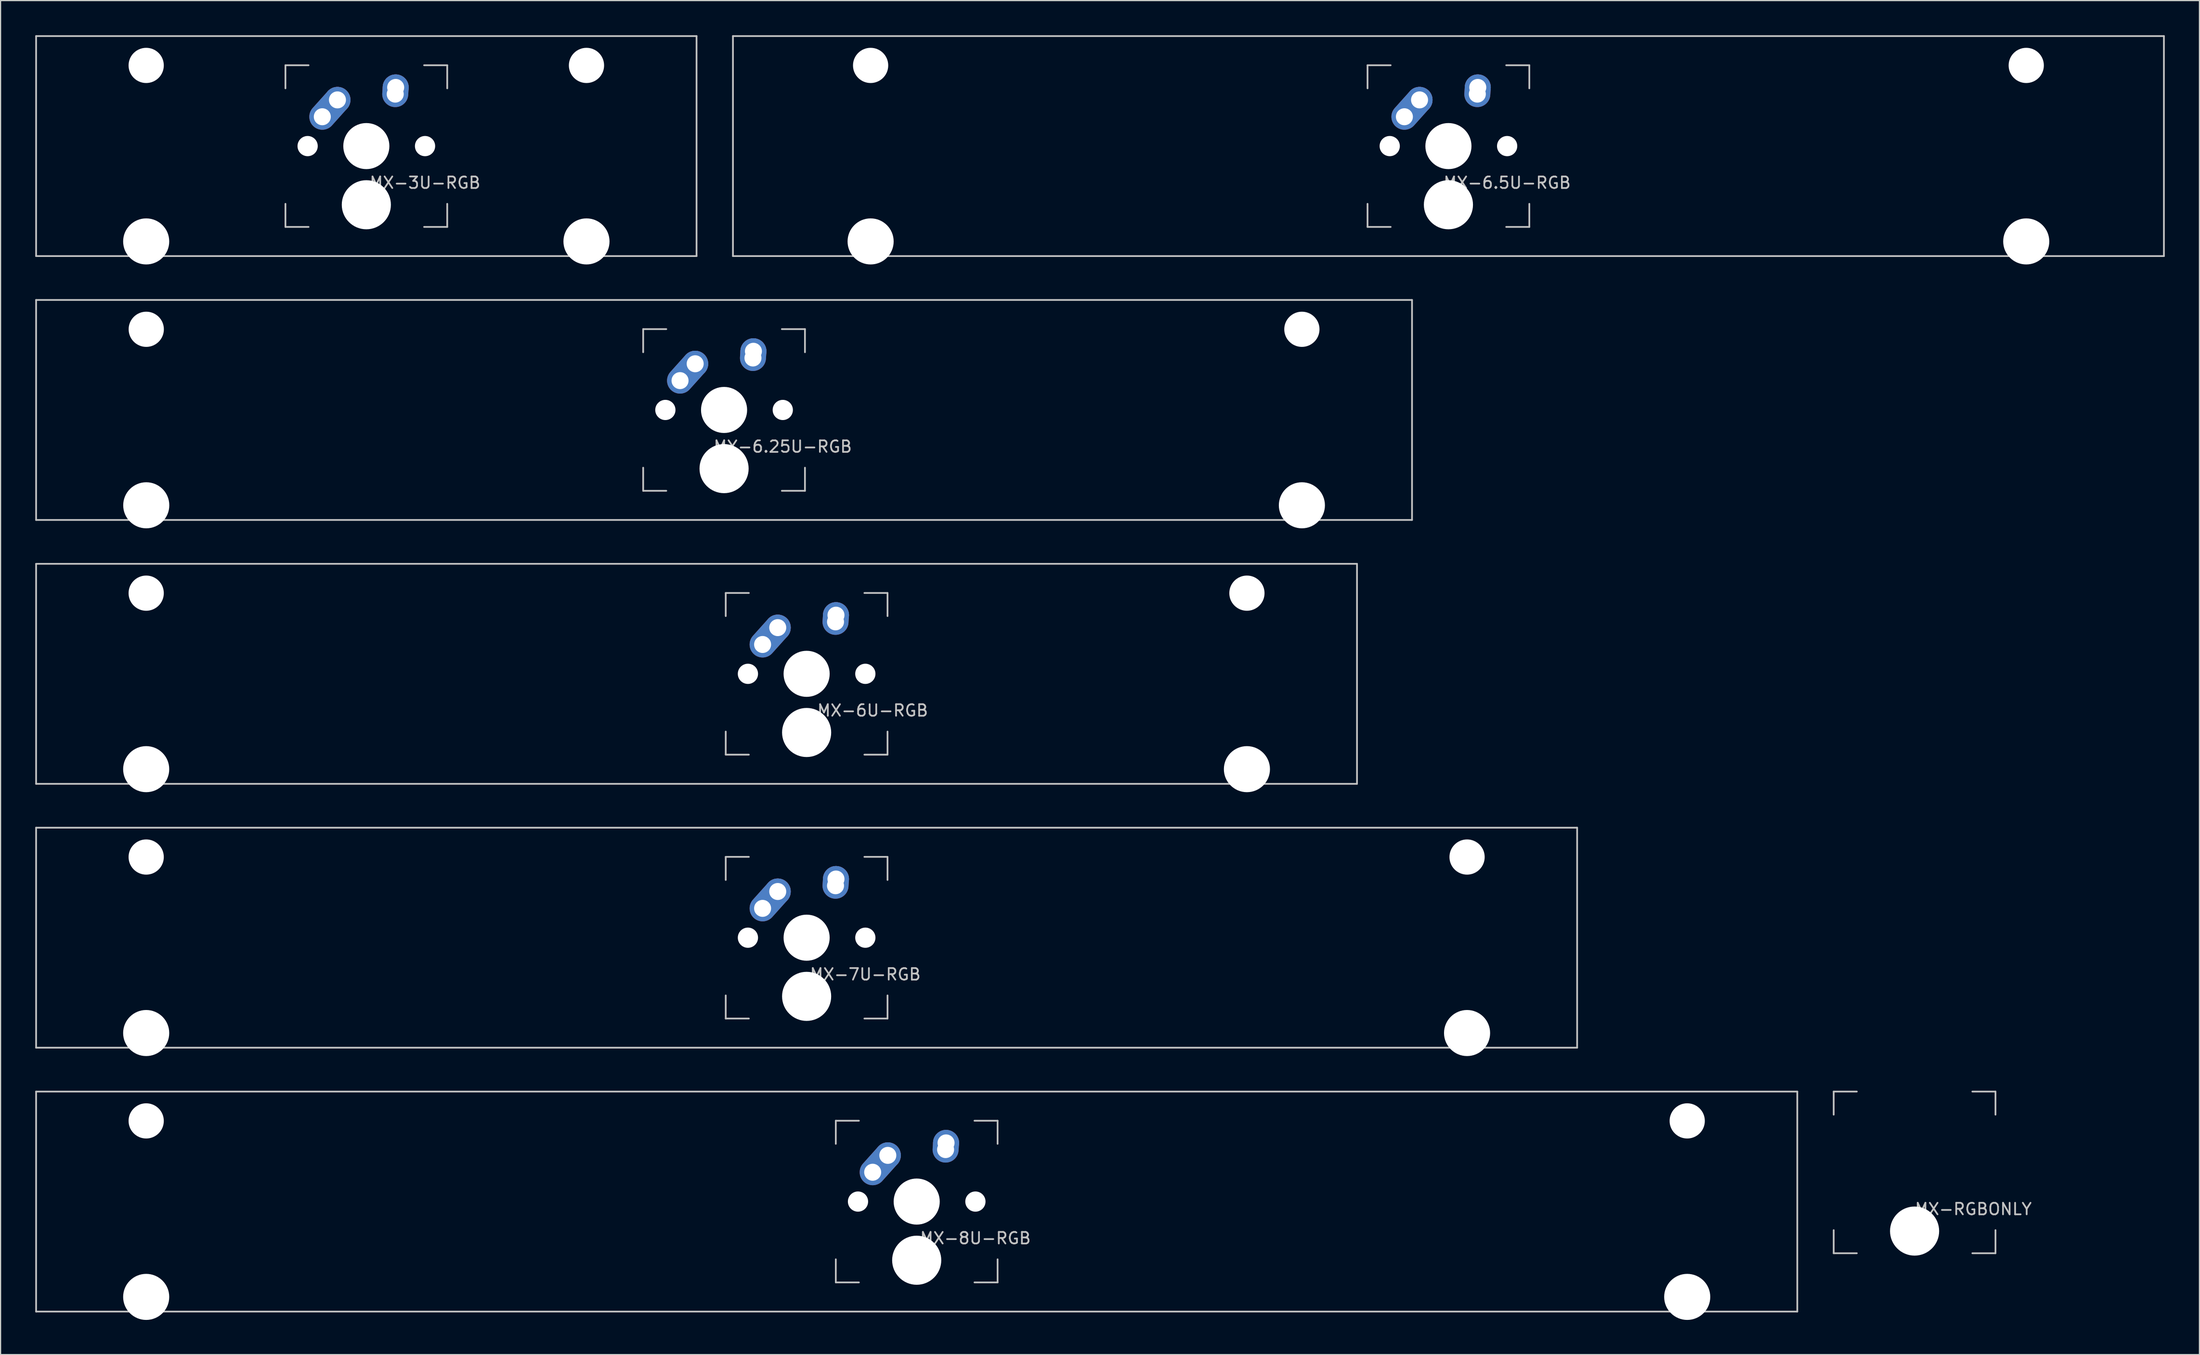
<source format=kicad_pcb>
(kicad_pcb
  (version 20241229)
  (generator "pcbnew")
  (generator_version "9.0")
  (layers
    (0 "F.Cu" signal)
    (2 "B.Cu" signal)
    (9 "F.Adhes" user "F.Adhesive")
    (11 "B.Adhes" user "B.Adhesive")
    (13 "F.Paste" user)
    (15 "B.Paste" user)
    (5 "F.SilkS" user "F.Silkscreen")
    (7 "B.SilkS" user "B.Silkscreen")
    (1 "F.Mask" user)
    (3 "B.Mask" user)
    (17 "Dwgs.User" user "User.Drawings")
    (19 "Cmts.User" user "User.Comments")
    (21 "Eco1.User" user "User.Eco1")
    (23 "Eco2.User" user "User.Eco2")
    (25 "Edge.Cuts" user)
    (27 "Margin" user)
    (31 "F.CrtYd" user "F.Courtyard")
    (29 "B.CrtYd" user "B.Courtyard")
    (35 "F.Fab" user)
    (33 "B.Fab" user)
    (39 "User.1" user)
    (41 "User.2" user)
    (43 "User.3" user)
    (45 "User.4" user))
  (footprint "MX-6.25U-RGB"
    (layer "F.Cu")
    (at 59.606 32.449)
    (property "Reference" "MX-6.25U-RGB" (at 5.08 3.175 0) (layer "Dwgs.User") (effects (font (size 1 1) (thickness 0.15))))
    (attr through_hole)
    (fp_line (start -59.531 -9.525) (end 59.531 -9.525) (stroke (width 0.15) (type solid)) (layer "Dwgs.User"))
    (fp_line (start -59.531 9.525) (end -59.531 -9.525) (stroke (width 0.15) (type solid)) (layer "Dwgs.User"))
    (fp_line (start -59.531 9.525) (end 59.531 9.525) (stroke (width 0.15) (type solid)) (layer "Dwgs.User"))
    (fp_line (start -7 -7) (end -7 -5) (stroke (width 0.15) (type solid)) (layer "Dwgs.User"))
    (fp_line (start -7 5) (end -7 7) (stroke (width 0.15) (type solid)) (layer "Dwgs.User"))
    (fp_line (start -7 7) (end -5 7) (stroke (width 0.15) (type solid)) (layer "Dwgs.User"))
    (fp_line (start -5 -7) (end -7 -7) (stroke (width 0.15) (type solid)) (layer "Dwgs.User"))
    (fp_line (start 5 -7) (end 7 -7) (stroke (width 0.15) (type solid)) (layer "Dwgs.User"))
    (fp_line (start 5 7) (end 7 7) (stroke (width 0.15) (type solid)) (layer "Dwgs.User"))
    (fp_line (start 7 -7) (end 7 -5) (stroke (width 0.15) (type solid)) (layer "Dwgs.User"))
    (fp_line (start 7 7) (end 7 5) (stroke (width 0.15) (type solid)) (layer "Dwgs.User"))
    (fp_line (start 59.531 -9.525) (end 59.531 9.525) (stroke (width 0.15) (type solid)) (layer "Dwgs.User"))
    (pad "" np_thru_hole circle (at -50 -6.985) (size 3.048 3.048) (drill 3.048) (layers "*.Cu" "*.Mask"))
    (pad "" np_thru_hole circle (at -50 8.255) (size 3.988 3.988) (drill 3.988) (layers "*.Cu" "*.Mask"))
    (pad "" np_thru_hole circle (at -5.08 0 48.1) (size 1.75 1.75) (drill 1.75) (layers "*.Cu" "*.Mask"))
    (pad "" np_thru_hole circle (at 0 0) (size 3.988 3.988) (drill 3.988) (layers "*.Cu" "*.Mask"))
    (pad "" np_thru_hole circle (at 0 5.08) (size 4.25 4.25) (drill 4.25) (layers "*.Cu" "*.Mask"))
    (pad "" np_thru_hole circle (at 5.08 0 48.1) (size 1.75 1.75) (drill 1.75) (layers "*.Cu" "*.Mask"))
    (pad "" np_thru_hole circle (at 50 -6.985) (size 3.048 3.048) (drill 3.048) (layers "*.Cu" "*.Mask"))
    (pad "" np_thru_hole circle (at 50 8.255) (size 3.988 3.988) (drill 3.988) (layers "*.Cu" "*.Mask"))
    (pad "1" thru_hole oval (at -3.81 -2.54 48.1) (size 4.212 2.25) (drill 1.47 (offset 0.981 0)) (layers "*.Cu" "B.Mask"))
    (pad "1" thru_hole circle (at -2.5 -4) (size 2.25 2.25) (drill 1.47) (layers "*.Cu" "B.Mask"))
    (pad "2" thru_hole oval (at 2.5 -4.5 86.055) (size 2.831 2.25) (drill 1.47 (offset 0.291 0)) (layers "*.Cu" "B.Mask"))
    (pad "2" thru_hole circle (at 2.54 -5.08) (size 2.25 2.25) (drill 1.47) (layers "*.Cu" "B.Mask")))
  (footprint "MX-6U-RGB"
    (layer "F.Cu")
    (at 57.225 55.298)
    (property "Reference" "MX-6U-RGB" (at 15.24 3.175 0) (layer "Dwgs.User") (effects (font (size 1 1) (thickness 0.15))))
    (attr through_hole)
    (fp_line (start -57.15 -9.525) (end 57.15 -9.525) (stroke (width 0.15) (type solid)) (layer "Dwgs.User"))
    (fp_line (start -57.15 9.525) (end -57.15 -9.525) (stroke (width 0.15) (type solid)) (layer "Dwgs.User"))
    (fp_line (start -57.15 9.525) (end 57.15 9.525) (stroke (width 0.15) (type solid)) (layer "Dwgs.User"))
    (fp_line (start 2.525 -7) (end 2.525 -5) (stroke (width 0.15) (type solid)) (layer "Dwgs.User"))
    (fp_line (start 2.525 5) (end 2.525 7) (stroke (width 0.15) (type solid)) (layer "Dwgs.User"))
    (fp_line (start 2.525 7) (end 4.525 7) (stroke (width 0.15) (type solid)) (layer "Dwgs.User"))
    (fp_line (start 4.525 -7) (end 2.525 -7) (stroke (width 0.15) (type solid)) (layer "Dwgs.User"))
    (fp_line (start 14.525 -7) (end 16.525 -7) (stroke (width 0.15) (type solid)) (layer "Dwgs.User"))
    (fp_line (start 14.525 7) (end 16.525 7) (stroke (width 0.15) (type solid)) (layer "Dwgs.User"))
    (fp_line (start 16.525 -7) (end 16.525 -5) (stroke (width 0.15) (type solid)) (layer "Dwgs.User"))
    (fp_line (start 16.525 7) (end 16.525 5) (stroke (width 0.15) (type solid)) (layer "Dwgs.User"))
    (fp_line (start 57.15 -9.525) (end 57.15 9.525) (stroke (width 0.15) (type solid)) (layer "Dwgs.User"))
    (pad "" np_thru_hole circle (at -47.625 -6.985) (size 3.048 3.048) (drill 3.048) (layers "*.Cu" "*.Mask"))
    (pad "" np_thru_hole circle (at -47.625 8.255) (size 3.988 3.988) (drill 3.988) (layers "*.Cu" "*.Mask"))
    (pad "" np_thru_hole circle (at 4.445 0 48.1) (size 1.75 1.75) (drill 1.75) (layers "*.Cu" "*.Mask"))
    (pad "" np_thru_hole circle (at 9.525 0) (size 3.988 3.988) (drill 3.988) (layers "*.Cu" "*.Mask"))
    (pad "" np_thru_hole circle (at 9.525 5.08) (size 4.25 4.25) (drill 4.25) (layers "*.Cu" "*.Mask"))
    (pad "" np_thru_hole circle (at 14.605 0 48.1) (size 1.75 1.75) (drill 1.75) (layers "*.Cu" "*.Mask"))
    (pad "" np_thru_hole circle (at 47.625 -6.985) (size 3.048 3.048) (drill 3.048) (layers "*.Cu" "*.Mask"))
    (pad "" np_thru_hole circle (at 47.625 8.255) (size 3.988 3.988) (drill 3.988) (layers "*.Cu" "*.Mask"))
    (pad "1" thru_hole oval (at 5.715 -2.54 48.1) (size 4.212 2.25) (drill 1.47 (offset 0.981 0)) (layers "*.Cu" "B.Mask"))
    (pad "1" thru_hole circle (at 7.025 -4) (size 2.25 2.25) (drill 1.47) (layers "*.Cu" "B.Mask"))
    (pad "2" thru_hole oval (at 12.025 -4.5 86.055) (size 2.831 2.25) (drill 1.47 (offset 0.291 0)) (layers "*.Cu" "B.Mask"))
    (pad "2" thru_hole circle (at 12.065 -5.08) (size 2.25 2.25) (drill 1.47) (layers "*.Cu" "B.Mask")))
  (footprint "MX-RGBONLY"
    (layer "F.Cu")
    (at 162.625 98.471)
    (property "Reference" "MX-RGBONLY" (at 5.08 3.175 0) (layer "Dwgs.User") (effects (font (size 1 1) (thickness 0.15))))
    (attr through_hole)
    (fp_line (start -7 -7) (end -7 -5) (stroke (width 0.15) (type solid)) (layer "Dwgs.User"))
    (fp_line (start -7 5) (end -7 7) (stroke (width 0.15) (type solid)) (layer "Dwgs.User"))
    (fp_line (start -7 7) (end -5 7) (stroke (width 0.15) (type solid)) (layer "Dwgs.User"))
    (fp_line (start -5 -7) (end -7 -7) (stroke (width 0.15) (type solid)) (layer "Dwgs.User"))
    (fp_line (start 5 -7) (end 7 -7) (stroke (width 0.15) (type solid)) (layer "Dwgs.User"))
    (fp_line (start 5 7) (end 7 7) (stroke (width 0.15) (type solid)) (layer "Dwgs.User"))
    (fp_line (start 7 -7) (end 7 -5) (stroke (width 0.15) (type solid)) (layer "Dwgs.User"))
    (fp_line (start 7 7) (end 7 5) (stroke (width 0.15) (type solid)) (layer "Dwgs.User"))
    (pad "" np_thru_hole circle (at 0 5.08) (size 4.25 4.25) (drill 4.25) (layers "*.Cu" "*.Mask")))
  (footprint "MX-7U-RGB"
    (layer "F.Cu")
    (at 66.75 78.147)
    (property "Reference" "MX-7U-RGB" (at 5.08 3.175 0) (layer "Dwgs.User") (effects (font (size 1 1) (thickness 0.15))))
    (attr through_hole)
    (fp_line (start -66.675 -9.525) (end 66.675 -9.525) (stroke (width 0.15) (type solid)) (layer "Dwgs.User"))
    (fp_line (start -66.675 9.525) (end -66.675 -9.525) (stroke (width 0.15) (type solid)) (layer "Dwgs.User"))
    (fp_line (start -66.675 9.525) (end 66.675 9.525) (stroke (width 0.15) (type solid)) (layer "Dwgs.User"))
    (fp_line (start -7 -7) (end -7 -5) (stroke (width 0.15) (type solid)) (layer "Dwgs.User"))
    (fp_line (start -7 5) (end -7 7) (stroke (width 0.15) (type solid)) (layer "Dwgs.User"))
    (fp_line (start -7 7) (end -5 7) (stroke (width 0.15) (type solid)) (layer "Dwgs.User"))
    (fp_line (start -5 -7) (end -7 -7) (stroke (width 0.15) (type solid)) (layer "Dwgs.User"))
    (fp_line (start 5 -7) (end 7 -7) (stroke (width 0.15) (type solid)) (layer "Dwgs.User"))
    (fp_line (start 5 7) (end 7 7) (stroke (width 0.15) (type solid)) (layer "Dwgs.User"))
    (fp_line (start 7 -7) (end 7 -5) (stroke (width 0.15) (type solid)) (layer "Dwgs.User"))
    (fp_line (start 7 7) (end 7 5) (stroke (width 0.15) (type solid)) (layer "Dwgs.User"))
    (fp_line (start 66.675 -9.525) (end 66.675 9.525) (stroke (width 0.15) (type solid)) (layer "Dwgs.User"))
    (pad "" np_thru_hole circle (at -57.15 -6.985) (size 3.048 3.048) (drill 3.048) (layers "*.Cu" "*.Mask"))
    (pad "" np_thru_hole circle (at -57.15 8.255) (size 3.988 3.988) (drill 3.988) (layers "*.Cu" "*.Mask"))
    (pad "" np_thru_hole circle (at -5.08 0 48.1) (size 1.75 1.75) (drill 1.75) (layers "*.Cu" "*.Mask"))
    (pad "" np_thru_hole circle (at 0 0) (size 3.988 3.988) (drill 3.988) (layers "*.Cu" "*.Mask"))
    (pad "" np_thru_hole circle (at 0 5.08) (size 4.25 4.25) (drill 4.25) (layers "*.Cu" "*.Mask"))
    (pad "" np_thru_hole circle (at 5.08 0 48.1) (size 1.75 1.75) (drill 1.75) (layers "*.Cu" "*.Mask"))
    (pad "" np_thru_hole circle (at 57.15 -6.985) (size 3.048 3.048) (drill 3.048) (layers "*.Cu" "*.Mask"))
    (pad "" np_thru_hole circle (at 57.15 8.255) (size 3.988 3.988) (drill 3.988) (layers "*.Cu" "*.Mask"))
    (pad "1" thru_hole oval (at -3.81 -2.54 48.1) (size 4.212 2.25) (drill 1.47 (offset 0.981 0)) (layers "*.Cu" "B.Mask"))
    (pad "1" thru_hole circle (at -2.5 -4) (size 2.25 2.25) (drill 1.47) (layers "*.Cu" "B.Mask"))
    (pad "2" thru_hole oval (at 2.5 -4.5 86.055) (size 2.831 2.25) (drill 1.47 (offset 0.291 0)) (layers "*.Cu" "B.Mask"))
    (pad "2" thru_hole circle (at 2.54 -5.08) (size 2.25 2.25) (drill 1.47) (layers "*.Cu" "B.Mask")))
  (footprint "MX-6.5U-RGB"
    (layer "F.Cu")
    (at 122.287 9.6)
    (property "Reference" "MX-6.5U-RGB" (at 5.08 3.175 0) (layer "Dwgs.User") (effects (font (size 1 1) (thickness 0.15))))
    (attr through_hole)
    (fp_line (start -61.913 -9.525) (end 61.913 -9.525) (stroke (width 0.15) (type solid)) (layer "Dwgs.User"))
    (fp_line (start -61.913 9.525) (end -61.913 -9.525) (stroke (width 0.15) (type solid)) (layer "Dwgs.User"))
    (fp_line (start -61.913 9.525) (end 61.913 9.525) (stroke (width 0.15) (type solid)) (layer "Dwgs.User"))
    (fp_line (start -7 -7) (end -7 -5) (stroke (width 0.15) (type solid)) (layer "Dwgs.User"))
    (fp_line (start -7 5) (end -7 7) (stroke (width 0.15) (type solid)) (layer "Dwgs.User"))
    (fp_line (start -7 7) (end -5 7) (stroke (width 0.15) (type solid)) (layer "Dwgs.User"))
    (fp_line (start -5 -7) (end -7 -7) (stroke (width 0.15) (type solid)) (layer "Dwgs.User"))
    (fp_line (start 5 -7) (end 7 -7) (stroke (width 0.15) (type solid)) (layer "Dwgs.User"))
    (fp_line (start 5 7) (end 7 7) (stroke (width 0.15) (type solid)) (layer "Dwgs.User"))
    (fp_line (start 7 -7) (end 7 -5) (stroke (width 0.15) (type solid)) (layer "Dwgs.User"))
    (fp_line (start 7 7) (end 7 5) (stroke (width 0.15) (type solid)) (layer "Dwgs.User"))
    (fp_line (start 61.913 -9.525) (end 61.913 9.525) (stroke (width 0.15) (type solid)) (layer "Dwgs.User"))
    (pad "" np_thru_hole circle (at -50 -6.985) (size 3.048 3.048) (drill 3.048) (layers "*.Cu" "*.Mask"))
    (pad "" np_thru_hole circle (at -50 8.255) (size 3.988 3.988) (drill 3.988) (layers "*.Cu" "*.Mask"))
    (pad "" np_thru_hole circle (at -5.08 0 48.1) (size 1.75 1.75) (drill 1.75) (layers "*.Cu" "*.Mask"))
    (pad "" np_thru_hole circle (at 0 0) (size 3.988 3.988) (drill 3.988) (layers "*.Cu" "*.Mask"))
    (pad "" np_thru_hole circle (at 0 5.08) (size 4.25 4.25) (drill 4.25) (layers "*.Cu" "*.Mask"))
    (pad "" np_thru_hole circle (at 5.08 0 48.1) (size 1.75 1.75) (drill 1.75) (layers "*.Cu" "*.Mask"))
    (pad "" np_thru_hole circle (at 50 -6.985) (size 3.048 3.048) (drill 3.048) (layers "*.Cu" "*.Mask"))
    (pad "" np_thru_hole circle (at 50 8.255) (size 3.988 3.988) (drill 3.988) (layers "*.Cu" "*.Mask"))
    (pad "1" thru_hole oval (at -3.81 -2.54 48.1) (size 4.212 2.25) (drill 1.47 (offset 0.981 0)) (layers "*.Cu" "B.Mask"))
    (pad "1" thru_hole circle (at -2.5 -4) (size 2.25 2.25) (drill 1.47) (layers "*.Cu" "B.Mask"))
    (pad "2" thru_hole oval (at 2.5 -4.5 86.055) (size 2.831 2.25) (drill 1.47 (offset 0.291 0)) (layers "*.Cu" "B.Mask"))
    (pad "2" thru_hole circle (at 2.54 -5.08) (size 2.25 2.25) (drill 1.47) (layers "*.Cu" "B.Mask")))
  (footprint "MX-3U-RGB"
    (layer "F.Cu")
    (at 28.65 9.6)
    (property "Reference" "MX-3U-RGB" (at 5.08 3.175 0) (layer "Dwgs.User") (effects (font (size 1 1) (thickness 0.15))))
    (attr through_hole)
    (fp_line (start -28.575 -9.525) (end 28.575 -9.525) (stroke (width 0.15) (type solid)) (layer "Dwgs.User"))
    (fp_line (start -28.575 9.525) (end -28.575 -9.525) (stroke (width 0.15) (type solid)) (layer "Dwgs.User"))
    (fp_line (start -28.575 9.525) (end 28.575 9.525) (stroke (width 0.15) (type solid)) (layer "Dwgs.User"))
    (fp_line (start -7 -7) (end -7 -5) (stroke (width 0.15) (type solid)) (layer "Dwgs.User"))
    (fp_line (start -7 5) (end -7 7) (stroke (width 0.15) (type solid)) (layer "Dwgs.User"))
    (fp_line (start -7 7) (end -5 7) (stroke (width 0.15) (type solid)) (layer "Dwgs.User"))
    (fp_line (start -5 -7) (end -7 -7) (stroke (width 0.15) (type solid)) (layer "Dwgs.User"))
    (fp_line (start 5 -7) (end 7 -7) (stroke (width 0.15) (type solid)) (layer "Dwgs.User"))
    (fp_line (start 5 7) (end 7 7) (stroke (width 0.15) (type solid)) (layer "Dwgs.User"))
    (fp_line (start 7 -7) (end 7 -5) (stroke (width 0.15) (type solid)) (layer "Dwgs.User"))
    (fp_line (start 7 7) (end 7 5) (stroke (width 0.15) (type solid)) (layer "Dwgs.User"))
    (fp_line (start 28.575 -9.525) (end 28.575 9.525) (stroke (width 0.15) (type solid)) (layer "Dwgs.User"))
    (pad "" np_thru_hole circle (at -19.05 -6.985) (size 3.048 3.048) (drill 3.048) (layers "*.Cu" "*.Mask"))
    (pad "" np_thru_hole circle (at -19.05 8.255) (size 3.988 3.988) (drill 3.988) (layers "*.Cu" "*.Mask"))
    (pad "" np_thru_hole circle (at -5.08 0 48.1) (size 1.75 1.75) (drill 1.75) (layers "*.Cu" "*.Mask"))
    (pad "" np_thru_hole circle (at 0 0) (size 3.988 3.988) (drill 3.988) (layers "*.Cu" "*.Mask"))
    (pad "" np_thru_hole circle (at 0 5.08) (size 4.25 4.25) (drill 4.25) (layers "*.Cu" "*.Mask"))
    (pad "" np_thru_hole circle (at 5.08 0 48.1) (size 1.75 1.75) (drill 1.75) (layers "*.Cu" "*.Mask"))
    (pad "" np_thru_hole circle (at 19.05 -6.985) (size 3.048 3.048) (drill 3.048) (layers "*.Cu" "*.Mask"))
    (pad "" np_thru_hole circle (at 19.05 8.255) (size 3.988 3.988) (drill 3.988) (layers "*.Cu" "*.Mask"))
    (pad "1" thru_hole oval (at -3.81 -2.54 48.1) (size 4.212 2.25) (drill 1.47 (offset 0.981 0)) (layers "*.Cu" "B.Mask"))
    (pad "1" thru_hole circle (at -2.5 -4) (size 2.25 2.25) (drill 1.47) (layers "*.Cu" "B.Mask"))
    (pad "2" thru_hole oval (at 2.5 -4.5 86.055) (size 2.831 2.25) (drill 1.47 (offset 0.291 0)) (layers "*.Cu" "B.Mask"))
    (pad "2" thru_hole circle (at 2.54 -5.08) (size 2.25 2.25) (drill 1.47) (layers "*.Cu" "B.Mask")))
  (footprint "MX-8U-RGB"
    (layer "F.Cu")
    (at 76.275 100.996)
    (property "Reference" "MX-8U-RGB" (at 5.08 3.175 0) (layer "Dwgs.User") (effects (font (size 1 1) (thickness 0.15))))
    (attr through_hole)
    (fp_line (start -76.2 -9.525) (end 76.2 -9.525) (stroke (width 0.15) (type solid)) (layer "Dwgs.User"))
    (fp_line (start -76.2 9.525) (end -76.2 -9.525) (stroke (width 0.15) (type solid)) (layer "Dwgs.User"))
    (fp_line (start -76.2 9.525) (end 76.2 9.525) (stroke (width 0.15) (type solid)) (layer "Dwgs.User"))
    (fp_line (start -7 -7) (end -7 -5) (stroke (width 0.15) (type solid)) (layer "Dwgs.User"))
    (fp_line (start -7 5) (end -7 7) (stroke (width 0.15) (type solid)) (layer "Dwgs.User"))
    (fp_line (start -7 7) (end -5 7) (stroke (width 0.15) (type solid)) (layer "Dwgs.User"))
    (fp_line (start -5 -7) (end -7 -7) (stroke (width 0.15) (type solid)) (layer "Dwgs.User"))
    (fp_line (start 5 -7) (end 7 -7) (stroke (width 0.15) (type solid)) (layer "Dwgs.User"))
    (fp_line (start 5 7) (end 7 7) (stroke (width 0.15) (type solid)) (layer "Dwgs.User"))
    (fp_line (start 7 -7) (end 7 -5) (stroke (width 0.15) (type solid)) (layer "Dwgs.User"))
    (fp_line (start 7 7) (end 7 5) (stroke (width 0.15) (type solid)) (layer "Dwgs.User"))
    (fp_line (start 76.2 -9.525) (end 76.2 9.525) (stroke (width 0.15) (type solid)) (layer "Dwgs.User"))
    (pad "" np_thru_hole circle (at -66.675 -6.985) (size 3.048 3.048) (drill 3.048) (layers "*.Cu" "*.Mask"))
    (pad "" np_thru_hole circle (at -66.675 8.255) (size 3.988 3.988) (drill 3.988) (layers "*.Cu" "*.Mask"))
    (pad "" np_thru_hole circle (at -5.08 0 48.1) (size 1.75 1.75) (drill 1.75) (layers "*.Cu" "*.Mask"))
    (pad "" np_thru_hole circle (at 0 0) (size 3.988 3.988) (drill 3.988) (layers "*.Cu" "*.Mask"))
    (pad "" np_thru_hole circle (at 0 5.08) (size 4.25 4.25) (drill 4.25) (layers "*.Cu" "*.Mask"))
    (pad "" np_thru_hole circle (at 5.08 0 48.1) (size 1.75 1.75) (drill 1.75) (layers "*.Cu" "*.Mask"))
    (pad "" np_thru_hole circle (at 66.675 -6.985) (size 3.048 3.048) (drill 3.048) (layers "*.Cu" "*.Mask"))
    (pad "" np_thru_hole circle (at 66.675 8.255) (size 3.988 3.988) (drill 3.988) (layers "*.Cu" "*.Mask"))
    (pad "1" thru_hole oval (at -3.81 -2.54 48.1) (size 4.212 2.25) (drill 1.47 (offset 0.981 0)) (layers "*.Cu" "B.Mask"))
    (pad "1" thru_hole circle (at -2.5 -4) (size 2.25 2.25) (drill 1.47) (layers "*.Cu" "B.Mask"))
    (pad "2" thru_hole oval (at 2.5 -4.5 86.055) (size 2.831 2.25) (drill 1.47 (offset 0.291 0)) (layers "*.Cu" "B.Mask"))
    (pad "2" thru_hole circle (at 2.54 -5.08) (size 2.25 2.25) (drill 1.47) (layers "*.Cu" "B.Mask")))
  (gr_rect
    (start -3 -3)
    (end 187.275 114.245)
    (stroke (width 0.1) (type default))
    (fill no)
    (layer "Edge.Cuts")))
</source>
